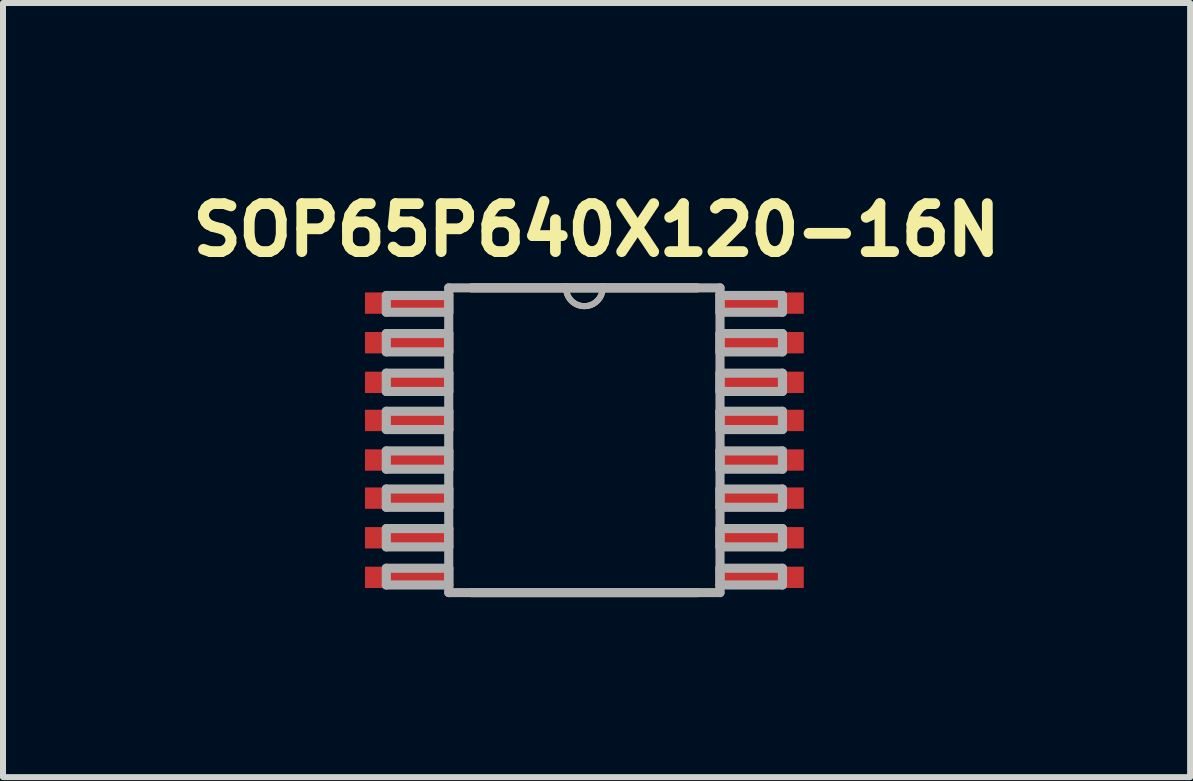
<source format=kicad_pcb>
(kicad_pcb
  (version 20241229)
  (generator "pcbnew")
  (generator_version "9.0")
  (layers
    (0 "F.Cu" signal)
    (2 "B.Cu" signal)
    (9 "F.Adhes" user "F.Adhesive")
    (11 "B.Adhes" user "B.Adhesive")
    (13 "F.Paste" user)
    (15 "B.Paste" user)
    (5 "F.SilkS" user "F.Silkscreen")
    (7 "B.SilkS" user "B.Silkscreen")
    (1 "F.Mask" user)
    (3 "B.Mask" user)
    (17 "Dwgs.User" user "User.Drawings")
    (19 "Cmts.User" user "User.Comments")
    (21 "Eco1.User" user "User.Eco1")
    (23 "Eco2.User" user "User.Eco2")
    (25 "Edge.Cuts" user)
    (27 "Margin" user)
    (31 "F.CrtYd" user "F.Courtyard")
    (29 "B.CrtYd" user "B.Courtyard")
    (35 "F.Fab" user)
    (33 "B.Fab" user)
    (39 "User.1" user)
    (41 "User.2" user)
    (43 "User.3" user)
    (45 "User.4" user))
  (footprint "SOP65P640X120-16N"
    (layer "F.Cu")
    (at 6.692 4.289)
    (property "Reference" "SOP65P640X120-16N" (at 0.203 -3.505 0) (layer "F.SilkS") (effects (font (size 0.8 0.8) (thickness 0.18))))
    (attr through_hole)
    (fp_line (start -1.88 2.54) (end 1.88 2.54) (stroke (width 0.152) (type solid)) (layer "F.SilkS"))
    (fp_line (start -0.305 -2.54) (end -1.88 -2.54) (stroke (width 0.152) (type solid)) (layer "F.SilkS"))
    (fp_line (start 0.305 -2.54) (end -0.305 -2.54) (stroke (width 0.152) (type solid)) (layer "F.SilkS"))
    (fp_line (start 1.88 -2.54) (end 0.305 -2.54) (stroke (width 0.152) (type solid)) (layer "F.SilkS"))
    (fp_arc (start 0.3048 -2.54) (mid 0 -2.2352) (end -0.3048 -2.54) (stroke (width 0.1) (type solid)) (layer "F.SilkS"))
    (fp_line (start -3.302 -2.413) (end -3.302 -2.134) (stroke (width 0.152) (type solid)) (layer "F.Fab"))
    (fp_line (start -3.302 -2.134) (end -2.261 -2.134) (stroke (width 0.152) (type solid)) (layer "F.Fab"))
    (fp_line (start -3.302 -1.778) (end -3.302 -1.473) (stroke (width 0.152) (type solid)) (layer "F.Fab"))
    (fp_line (start -3.302 -1.473) (end -2.261 -1.473) (stroke (width 0.152) (type solid)) (layer "F.Fab"))
    (fp_line (start -3.302 -1.118) (end -3.302 -0.813) (stroke (width 0.152) (type solid)) (layer "F.Fab"))
    (fp_line (start -3.302 -0.813) (end -2.261 -0.813) (stroke (width 0.152) (type solid)) (layer "F.Fab"))
    (fp_line (start -3.302 -0.483) (end -3.302 -0.178) (stroke (width 0.152) (type solid)) (layer "F.Fab"))
    (fp_line (start -3.302 -0.178) (end -2.261 -0.178) (stroke (width 0.152) (type solid)) (layer "F.Fab"))
    (fp_line (start -3.302 0.178) (end -3.302 0.483) (stroke (width 0.152) (type solid)) (layer "F.Fab"))
    (fp_line (start -3.302 0.483) (end -2.261 0.483) (stroke (width 0.152) (type solid)) (layer "F.Fab"))
    (fp_line (start -3.302 0.813) (end -3.302 1.118) (stroke (width 0.152) (type solid)) (layer "F.Fab"))
    (fp_line (start -3.302 1.118) (end -2.261 1.118) (stroke (width 0.152) (type solid)) (layer "F.Fab"))
    (fp_line (start -3.302 1.473) (end -3.302 1.778) (stroke (width 0.152) (type solid)) (layer "F.Fab"))
    (fp_line (start -3.302 1.778) (end -2.261 1.778) (stroke (width 0.152) (type solid)) (layer "F.Fab"))
    (fp_line (start -3.302 2.134) (end -3.302 2.413) (stroke (width 0.152) (type solid)) (layer "F.Fab"))
    (fp_line (start -3.302 2.413) (end -2.261 2.413) (stroke (width 0.152) (type solid)) (layer "F.Fab"))
    (fp_line (start -2.261 -2.54) (end -2.261 2.54) (stroke (width 0.152) (type solid)) (layer "F.Fab"))
    (fp_line (start -2.261 -2.413) (end -3.302 -2.413) (stroke (width 0.152) (type solid)) (layer "F.Fab"))
    (fp_line (start -2.261 -2.134) (end -2.261 -2.413) (stroke (width 0.152) (type solid)) (layer "F.Fab"))
    (fp_line (start -2.261 -1.778) (end -3.302 -1.778) (stroke (width 0.152) (type solid)) (layer "F.Fab"))
    (fp_line (start -2.261 -1.473) (end -2.261 -1.778) (stroke (width 0.152) (type solid)) (layer "F.Fab"))
    (fp_line (start -2.261 -1.118) (end -3.302 -1.118) (stroke (width 0.152) (type solid)) (layer "F.Fab"))
    (fp_line (start -2.261 -0.813) (end -2.261 -1.118) (stroke (width 0.152) (type solid)) (layer "F.Fab"))
    (fp_line (start -2.261 -0.483) (end -3.302 -0.483) (stroke (width 0.152) (type solid)) (layer "F.Fab"))
    (fp_line (start -2.261 -0.178) (end -2.261 -0.483) (stroke (width 0.152) (type solid)) (layer "F.Fab"))
    (fp_line (start -2.261 0.178) (end -3.302 0.178) (stroke (width 0.152) (type solid)) (layer "F.Fab"))
    (fp_line (start -2.261 0.483) (end -2.261 0.178) (stroke (width 0.152) (type solid)) (layer "F.Fab"))
    (fp_line (start -2.261 0.813) (end -3.302 0.813) (stroke (width 0.152) (type solid)) (layer "F.Fab"))
    (fp_line (start -2.261 1.118) (end -2.261 0.813) (stroke (width 0.152) (type solid)) (layer "F.Fab"))
    (fp_line (start -2.261 1.473) (end -3.302 1.473) (stroke (width 0.152) (type solid)) (layer "F.Fab"))
    (fp_line (start -2.261 1.778) (end -2.261 1.473) (stroke (width 0.152) (type solid)) (layer "F.Fab"))
    (fp_line (start -2.261 2.134) (end -3.302 2.134) (stroke (width 0.152) (type solid)) (layer "F.Fab"))
    (fp_line (start -2.261 2.413) (end -2.261 2.134) (stroke (width 0.152) (type solid)) (layer "F.Fab"))
    (fp_line (start -2.261 2.54) (end 2.261 2.54) (stroke (width 0.152) (type solid)) (layer "F.Fab"))
    (fp_line (start -0.305 -2.54) (end -2.261 -2.54) (stroke (width 0.152) (type solid)) (layer "F.Fab"))
    (fp_line (start 0.305 -2.54) (end -0.305 -2.54) (stroke (width 0.152) (type solid)) (layer "F.Fab"))
    (fp_line (start 2.261 -2.54) (end 0.305 -2.54) (stroke (width 0.152) (type solid)) (layer "F.Fab"))
    (fp_line (start 2.261 -2.413) (end 2.261 -2.134) (stroke (width 0.152) (type solid)) (layer "F.Fab"))
    (fp_line (start 2.261 -2.134) (end 3.302 -2.134) (stroke (width 0.152) (type solid)) (layer "F.Fab"))
    (fp_line (start 2.261 -1.778) (end 2.261 -1.473) (stroke (width 0.152) (type solid)) (layer "F.Fab"))
    (fp_line (start 2.261 -1.473) (end 3.302 -1.473) (stroke (width 0.152) (type solid)) (layer "F.Fab"))
    (fp_line (start 2.261 -1.118) (end 2.261 -0.813) (stroke (width 0.152) (type solid)) (layer "F.Fab"))
    (fp_line (start 2.261 -0.813) (end 3.302 -0.813) (stroke (width 0.152) (type solid)) (layer "F.Fab"))
    (fp_line (start 2.261 -0.483) (end 2.261 -0.178) (stroke (width 0.152) (type solid)) (layer "F.Fab"))
    (fp_line (start 2.261 -0.178) (end 3.302 -0.178) (stroke (width 0.152) (type solid)) (layer "F.Fab"))
    (fp_line (start 2.261 0.178) (end 2.261 0.483) (stroke (width 0.152) (type solid)) (layer "F.Fab"))
    (fp_line (start 2.261 0.483) (end 3.302 0.483) (stroke (width 0.152) (type solid)) (layer "F.Fab"))
    (fp_line (start 2.261 0.813) (end 2.261 1.118) (stroke (width 0.152) (type solid)) (layer "F.Fab"))
    (fp_line (start 2.261 1.118) (end 3.302 1.118) (stroke (width 0.152) (type solid)) (layer "F.Fab"))
    (fp_line (start 2.261 1.473) (end 2.261 1.778) (stroke (width 0.152) (type solid)) (layer "F.Fab"))
    (fp_line (start 2.261 1.778) (end 3.302 1.778) (stroke (width 0.152) (type solid)) (layer "F.Fab"))
    (fp_line (start 2.261 2.134) (end 2.261 2.413) (stroke (width 0.152) (type solid)) (layer "F.Fab"))
    (fp_line (start 2.261 2.413) (end 3.302 2.413) (stroke (width 0.152) (type solid)) (layer "F.Fab"))
    (fp_line (start 2.261 2.54) (end 2.261 -2.54) (stroke (width 0.152) (type solid)) (layer "F.Fab"))
    (fp_line (start 3.302 -2.413) (end 2.261 -2.413) (stroke (width 0.152) (type solid)) (layer "F.Fab"))
    (fp_line (start 3.302 -2.134) (end 3.302 -2.413) (stroke (width 0.152) (type solid)) (layer "F.Fab"))
    (fp_line (start 3.302 -1.778) (end 2.261 -1.778) (stroke (width 0.152) (type solid)) (layer "F.Fab"))
    (fp_line (start 3.302 -1.473) (end 3.302 -1.778) (stroke (width 0.152) (type solid)) (layer "F.Fab"))
    (fp_line (start 3.302 -1.118) (end 2.261 -1.118) (stroke (width 0.152) (type solid)) (layer "F.Fab"))
    (fp_line (start 3.302 -0.813) (end 3.302 -1.118) (stroke (width 0.152) (type solid)) (layer "F.Fab"))
    (fp_line (start 3.302 -0.483) (end 2.261 -0.483) (stroke (width 0.152) (type solid)) (layer "F.Fab"))
    (fp_line (start 3.302 -0.178) (end 3.302 -0.483) (stroke (width 0.152) (type solid)) (layer "F.Fab"))
    (fp_line (start 3.302 0.178) (end 2.261 0.178) (stroke (width 0.152) (type solid)) (layer "F.Fab"))
    (fp_line (start 3.302 0.483) (end 3.302 0.178) (stroke (width 0.152) (type solid)) (layer "F.Fab"))
    (fp_line (start 3.302 0.813) (end 2.261 0.813) (stroke (width 0.152) (type solid)) (layer "F.Fab"))
    (fp_line (start 3.302 1.118) (end 3.302 0.813) (stroke (width 0.152) (type solid)) (layer "F.Fab"))
    (fp_line (start 3.302 1.473) (end 2.261 1.473) (stroke (width 0.152) (type solid)) (layer "F.Fab"))
    (fp_line (start 3.302 1.778) (end 3.302 1.473) (stroke (width 0.152) (type solid)) (layer "F.Fab"))
    (fp_line (start 3.302 2.134) (end 2.261 2.134) (stroke (width 0.152) (type solid)) (layer "F.Fab"))
    (fp_line (start 3.302 2.413) (end 3.302 2.134) (stroke (width 0.152) (type solid)) (layer "F.Fab"))
    (fp_arc (start 0.3048 -2.54) (mid 0 -2.2352) (end -0.3048 -2.54) (stroke (width 0.1) (type solid)) (layer "F.Fab"))
    (pad "1" smd rect (at -2.921 -2.286) (size 1.473 0.356) (layers "F.Cu" "F.Mask" "F.Paste"))
    (pad "2" smd rect (at -2.921 -1.626) (size 1.473 0.356) (layers "F.Cu" "F.Mask" "F.Paste"))
    (pad "3" smd rect (at -2.921 -0.965) (size 1.473 0.356) (layers "F.Cu" "F.Mask" "F.Paste"))
    (pad "4" smd rect (at -2.921 -0.33) (size 1.473 0.356) (layers "F.Cu" "F.Mask" "F.Paste"))
    (pad "5" smd rect (at -2.921 0.33) (size 1.473 0.356) (layers "F.Cu" "F.Mask" "F.Paste"))
    (pad "6" smd rect (at -2.921 0.965) (size 1.473 0.356) (layers "F.Cu" "F.Mask" "F.Paste"))
    (pad "7" smd rect (at -2.921 1.626) (size 1.473 0.356) (layers "F.Cu" "F.Mask" "F.Paste"))
    (pad "8" smd rect (at -2.921 2.286) (size 1.473 0.356) (layers "F.Cu" "F.Mask" "F.Paste"))
    (pad "9" smd rect (at 2.921 2.286) (size 1.473 0.356) (layers "F.Cu" "F.Mask" "F.Paste"))
    (pad "10" smd rect (at 2.921 1.626) (size 1.473 0.356) (layers "F.Cu" "F.Mask" "F.Paste"))
    (pad "11" smd rect (at 2.921 0.965) (size 1.473 0.356) (layers "F.Cu" "F.Mask" "F.Paste"))
    (pad "12" smd rect (at 2.921 0.33) (size 1.473 0.356) (layers "F.Cu" "F.Mask" "F.Paste"))
    (pad "13" smd rect (at 2.921 -0.33) (size 1.473 0.356) (layers "F.Cu" "F.Mask" "F.Paste"))
    (pad "14" smd rect (at 2.921 -0.965) (size 1.473 0.356) (layers "F.Cu" "F.Mask" "F.Paste"))
    (pad "15" smd rect (at 2.921 -1.626) (size 1.473 0.356) (layers "F.Cu" "F.Mask" "F.Paste"))
    (pad "16" smd rect (at 2.921 -2.286) (size 1.473 0.356) (layers "F.Cu" "F.Mask" "F.Paste")))
  (gr_rect
    (start -3 -3)
    (end 16.79 9.905)
    (stroke (width 0.1) (type default))
    (fill no)
    (layer "Edge.Cuts")))
</source>
